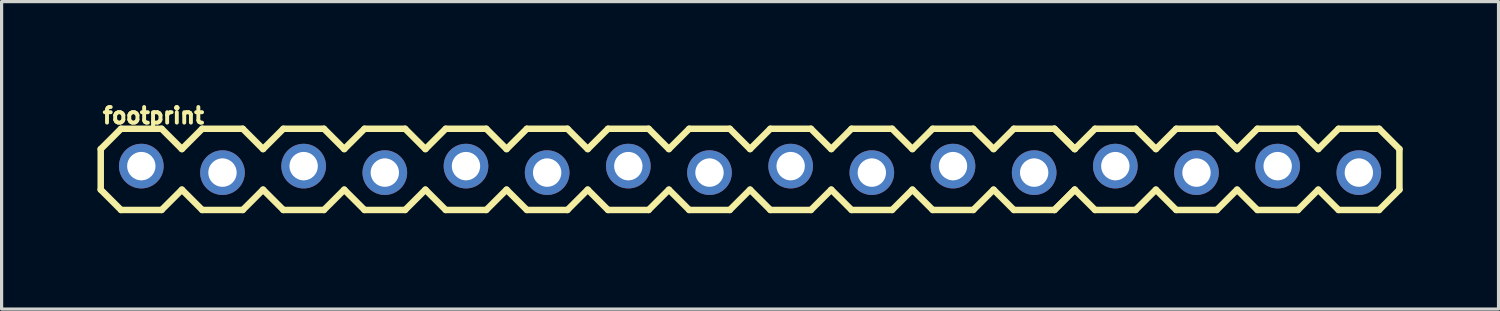
<source format=kicad_pcb>
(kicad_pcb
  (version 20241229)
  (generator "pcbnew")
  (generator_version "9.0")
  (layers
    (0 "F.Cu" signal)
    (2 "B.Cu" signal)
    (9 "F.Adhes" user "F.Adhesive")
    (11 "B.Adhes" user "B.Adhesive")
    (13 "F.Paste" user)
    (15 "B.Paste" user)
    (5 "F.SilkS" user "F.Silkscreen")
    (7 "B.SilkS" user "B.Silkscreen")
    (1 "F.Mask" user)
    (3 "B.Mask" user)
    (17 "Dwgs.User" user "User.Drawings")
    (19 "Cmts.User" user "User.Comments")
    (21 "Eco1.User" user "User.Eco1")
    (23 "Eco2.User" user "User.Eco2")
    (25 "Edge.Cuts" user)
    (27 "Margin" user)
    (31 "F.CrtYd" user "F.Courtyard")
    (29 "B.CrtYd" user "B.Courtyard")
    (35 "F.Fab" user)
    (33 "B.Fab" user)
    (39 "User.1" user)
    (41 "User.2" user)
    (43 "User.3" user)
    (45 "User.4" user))
  (footprint "footprint"
    (layer "F.Cu")
    (at 1.372 2.25)
    (property "Reference" "footprint" (at -1.27 -1.397 0) (layer "F.SilkS") (effects (font (size 0.488 0.488) (thickness 0.122)) (justify left bottom)))
    (fp_line (start -1.27 -0.635) (end -1.27 0.635) (stroke (width 0.203) (type solid)) (layer "F.SilkS"))
    (fp_line (start -1.27 0.635) (end -0.635 1.27) (stroke (width 0.203) (type solid)) (layer "F.SilkS"))
    (fp_line (start -0.635 -1.27) (end -1.27 -0.635) (stroke (width 0.203) (type solid)) (layer "F.SilkS"))
    (fp_line (start -0.635 -1.27) (end 0.635 -1.27) (stroke (width 0.203) (type solid)) (layer "F.SilkS"))
    (fp_line (start 0.635 -1.27) (end 1.27 -0.635) (stroke (width 0.203) (type solid)) (layer "F.SilkS"))
    (fp_line (start 0.635 1.27) (end -0.635 1.27) (stroke (width 0.203) (type solid)) (layer "F.SilkS"))
    (fp_line (start 1.27 -0.635) (end 1.905 -1.27) (stroke (width 0.203) (type solid)) (layer "F.SilkS"))
    (fp_line (start 1.27 0.635) (end 0.635 1.27) (stroke (width 0.203) (type solid)) (layer "F.SilkS"))
    (fp_line (start 1.905 -1.27) (end 3.175 -1.27) (stroke (width 0.203) (type solid)) (layer "F.SilkS"))
    (fp_line (start 1.905 1.27) (end 1.27 0.635) (stroke (width 0.203) (type solid)) (layer "F.SilkS"))
    (fp_line (start 3.175 -1.27) (end 3.81 -0.635) (stroke (width 0.203) (type solid)) (layer "F.SilkS"))
    (fp_line (start 3.175 1.27) (end 1.905 1.27) (stroke (width 0.203) (type solid)) (layer "F.SilkS"))
    (fp_line (start 3.81 -0.635) (end 4.445 -1.27) (stroke (width 0.203) (type solid)) (layer "F.SilkS"))
    (fp_line (start 3.81 0.635) (end 3.175 1.27) (stroke (width 0.203) (type solid)) (layer "F.SilkS"))
    (fp_line (start 4.445 -1.27) (end 5.715 -1.27) (stroke (width 0.203) (type solid)) (layer "F.SilkS"))
    (fp_line (start 4.445 1.27) (end 3.81 0.635) (stroke (width 0.203) (type solid)) (layer "F.SilkS"))
    (fp_line (start 5.715 -1.27) (end 6.35 -0.635) (stroke (width 0.203) (type solid)) (layer "F.SilkS"))
    (fp_line (start 5.715 1.27) (end 4.445 1.27) (stroke (width 0.203) (type solid)) (layer "F.SilkS"))
    (fp_line (start 6.35 0.635) (end 5.715 1.27) (stroke (width 0.203) (type solid)) (layer "F.SilkS"))
    (fp_line (start 6.35 0.635) (end 6.985 1.27) (stroke (width 0.203) (type solid)) (layer "F.SilkS"))
    (fp_line (start 6.985 -1.27) (end 6.35 -0.635) (stroke (width 0.203) (type solid)) (layer "F.SilkS"))
    (fp_line (start 6.985 -1.27) (end 8.255 -1.27) (stroke (width 0.203) (type solid)) (layer "F.SilkS"))
    (fp_line (start 8.255 -1.27) (end 8.89 -0.635) (stroke (width 0.203) (type solid)) (layer "F.SilkS"))
    (fp_line (start 8.255 1.27) (end 6.985 1.27) (stroke (width 0.203) (type solid)) (layer "F.SilkS"))
    (fp_line (start 8.89 -0.635) (end 9.525 -1.27) (stroke (width 0.203) (type solid)) (layer "F.SilkS"))
    (fp_line (start 8.89 0.635) (end 8.255 1.27) (stroke (width 0.203) (type solid)) (layer "F.SilkS"))
    (fp_line (start 9.525 -1.27) (end 10.795 -1.27) (stroke (width 0.203) (type solid)) (layer "F.SilkS"))
    (fp_line (start 9.525 1.27) (end 8.89 0.635) (stroke (width 0.203) (type solid)) (layer "F.SilkS"))
    (fp_line (start 10.795 -1.27) (end 11.43 -0.635) (stroke (width 0.203) (type solid)) (layer "F.SilkS"))
    (fp_line (start 10.795 1.27) (end 9.525 1.27) (stroke (width 0.203) (type solid)) (layer "F.SilkS"))
    (fp_line (start 11.43 -0.635) (end 12.065 -1.27) (stroke (width 0.203) (type solid)) (layer "F.SilkS"))
    (fp_line (start 11.43 0.635) (end 10.795 1.27) (stroke (width 0.203) (type solid)) (layer "F.SilkS"))
    (fp_line (start 12.065 -1.27) (end 13.335 -1.27) (stroke (width 0.203) (type solid)) (layer "F.SilkS"))
    (fp_line (start 12.065 1.27) (end 11.43 0.635) (stroke (width 0.203) (type solid)) (layer "F.SilkS"))
    (fp_line (start 13.335 -1.27) (end 13.97 -0.635) (stroke (width 0.203) (type solid)) (layer "F.SilkS"))
    (fp_line (start 13.335 1.27) (end 12.065 1.27) (stroke (width 0.203) (type solid)) (layer "F.SilkS"))
    (fp_line (start 13.97 0.635) (end 13.335 1.27) (stroke (width 0.203) (type solid)) (layer "F.SilkS"))
    (fp_line (start 13.97 0.635) (end 14.605 1.27) (stroke (width 0.203) (type solid)) (layer "F.SilkS"))
    (fp_line (start 14.605 -1.27) (end 13.97 -0.635) (stroke (width 0.203) (type solid)) (layer "F.SilkS"))
    (fp_line (start 14.605 -1.27) (end 15.875 -1.27) (stroke (width 0.203) (type solid)) (layer "F.SilkS"))
    (fp_line (start 15.875 -1.27) (end 16.51 -0.635) (stroke (width 0.203) (type solid)) (layer "F.SilkS"))
    (fp_line (start 15.875 1.27) (end 14.605 1.27) (stroke (width 0.203) (type solid)) (layer "F.SilkS"))
    (fp_line (start 16.51 -0.635) (end 17.145 -1.27) (stroke (width 0.203) (type solid)) (layer "F.SilkS"))
    (fp_line (start 16.51 0.635) (end 15.875 1.27) (stroke (width 0.203) (type solid)) (layer "F.SilkS"))
    (fp_line (start 17.145 -1.27) (end 18.415 -1.27) (stroke (width 0.203) (type solid)) (layer "F.SilkS"))
    (fp_line (start 17.145 1.27) (end 16.51 0.635) (stroke (width 0.203) (type solid)) (layer "F.SilkS"))
    (fp_line (start 18.415 -1.27) (end 19.05 -0.635) (stroke (width 0.203) (type solid)) (layer "F.SilkS"))
    (fp_line (start 18.415 1.27) (end 17.145 1.27) (stroke (width 0.203) (type solid)) (layer "F.SilkS"))
    (fp_line (start 19.05 -0.635) (end 19.685 -1.27) (stroke (width 0.203) (type solid)) (layer "F.SilkS"))
    (fp_line (start 19.05 0.635) (end 18.415 1.27) (stroke (width 0.203) (type solid)) (layer "F.SilkS"))
    (fp_line (start 19.685 -1.27) (end 20.955 -1.27) (stroke (width 0.203) (type solid)) (layer "F.SilkS"))
    (fp_line (start 19.685 1.27) (end 19.05 0.635) (stroke (width 0.203) (type solid)) (layer "F.SilkS"))
    (fp_line (start 20.955 -1.27) (end 21.59 -0.635) (stroke (width 0.203) (type solid)) (layer "F.SilkS"))
    (fp_line (start 20.955 1.27) (end 19.685 1.27) (stroke (width 0.203) (type solid)) (layer "F.SilkS"))
    (fp_line (start 21.59 0.635) (end 20.955 1.27) (stroke (width 0.203) (type solid)) (layer "F.SilkS"))
    (fp_line (start 21.59 0.635) (end 22.225 1.27) (stroke (width 0.203) (type solid)) (layer "F.SilkS"))
    (fp_line (start 22.225 -1.27) (end 21.59 -0.635) (stroke (width 0.203) (type solid)) (layer "F.SilkS"))
    (fp_line (start 22.225 -1.27) (end 23.495 -1.27) (stroke (width 0.203) (type solid)) (layer "F.SilkS"))
    (fp_line (start 23.495 -1.27) (end 24.13 -0.635) (stroke (width 0.203) (type solid)) (layer "F.SilkS"))
    (fp_line (start 23.495 1.27) (end 22.225 1.27) (stroke (width 0.203) (type solid)) (layer "F.SilkS"))
    (fp_line (start 24.13 -0.635) (end 24.765 -1.27) (stroke (width 0.203) (type solid)) (layer "F.SilkS"))
    (fp_line (start 24.13 0.635) (end 23.495 1.27) (stroke (width 0.203) (type solid)) (layer "F.SilkS"))
    (fp_line (start 24.765 -1.27) (end 26.035 -1.27) (stroke (width 0.203) (type solid)) (layer "F.SilkS"))
    (fp_line (start 24.765 1.27) (end 24.13 0.635) (stroke (width 0.203) (type solid)) (layer "F.SilkS"))
    (fp_line (start 26.035 -1.27) (end 26.67 -0.635) (stroke (width 0.203) (type solid)) (layer "F.SilkS"))
    (fp_line (start 26.035 1.27) (end 24.765 1.27) (stroke (width 0.203) (type solid)) (layer "F.SilkS"))
    (fp_line (start 26.67 -0.635) (end 27.305 -1.27) (stroke (width 0.203) (type solid)) (layer "F.SilkS"))
    (fp_line (start 26.67 0.635) (end 26.035 1.27) (stroke (width 0.203) (type solid)) (layer "F.SilkS"))
    (fp_line (start 27.305 -1.27) (end 28.575 -1.27) (stroke (width 0.203) (type solid)) (layer "F.SilkS"))
    (fp_line (start 27.305 1.27) (end 26.67 0.635) (stroke (width 0.203) (type solid)) (layer "F.SilkS"))
    (fp_line (start 28.575 -1.27) (end 29.21 -0.635) (stroke (width 0.203) (type solid)) (layer "F.SilkS"))
    (fp_line (start 28.575 -1.27) (end 29.21 -0.635) (stroke (width 0.203) (type solid)) (layer "F.SilkS"))
    (fp_line (start 28.575 1.27) (end 27.305 1.27) (stroke (width 0.203) (type solid)) (layer "F.SilkS"))
    (fp_line (start 29.21 -0.635) (end 29.845 -1.27) (stroke (width 0.203) (type solid)) (layer "F.SilkS"))
    (fp_line (start 29.21 0.635) (end 28.575 1.27) (stroke (width 0.203) (type solid)) (layer "F.SilkS"))
    (fp_line (start 29.21 0.635) (end 28.575 1.27) (stroke (width 0.203) (type solid)) (layer "F.SilkS"))
    (fp_line (start 29.845 -1.27) (end 31.115 -1.27) (stroke (width 0.203) (type solid)) (layer "F.SilkS"))
    (fp_line (start 29.845 1.27) (end 29.21 0.635) (stroke (width 0.203) (type solid)) (layer "F.SilkS"))
    (fp_line (start 31.115 -1.27) (end 31.75 -0.635) (stroke (width 0.203) (type solid)) (layer "F.SilkS"))
    (fp_line (start 31.115 1.27) (end 29.845 1.27) (stroke (width 0.203) (type solid)) (layer "F.SilkS"))
    (fp_line (start 31.75 0.635) (end 31.115 1.27) (stroke (width 0.203) (type solid)) (layer "F.SilkS"))
    (fp_line (start 31.75 0.635) (end 32.385 1.27) (stroke (width 0.203) (type solid)) (layer "F.SilkS"))
    (fp_line (start 32.385 -1.27) (end 31.75 -0.635) (stroke (width 0.203) (type solid)) (layer "F.SilkS"))
    (fp_line (start 32.385 -1.27) (end 33.655 -1.27) (stroke (width 0.203) (type solid)) (layer "F.SilkS"))
    (fp_line (start 33.655 -1.27) (end 34.29 -0.635) (stroke (width 0.203) (type solid)) (layer "F.SilkS"))
    (fp_line (start 33.655 1.27) (end 32.385 1.27) (stroke (width 0.203) (type solid)) (layer "F.SilkS"))
    (fp_line (start 34.29 -0.635) (end 34.925 -1.27) (stroke (width 0.203) (type solid)) (layer "F.SilkS"))
    (fp_line (start 34.29 0.635) (end 33.655 1.27) (stroke (width 0.203) (type solid)) (layer "F.SilkS"))
    (fp_line (start 34.925 -1.27) (end 36.195 -1.27) (stroke (width 0.203) (type solid)) (layer "F.SilkS"))
    (fp_line (start 34.925 1.27) (end 34.29 0.635) (stroke (width 0.203) (type solid)) (layer "F.SilkS"))
    (fp_line (start 36.195 -1.27) (end 36.83 -0.635) (stroke (width 0.203) (type solid)) (layer "F.SilkS"))
    (fp_line (start 36.195 1.27) (end 34.925 1.27) (stroke (width 0.203) (type solid)) (layer "F.SilkS"))
    (fp_line (start 36.83 -0.635) (end 37.465 -1.27) (stroke (width 0.203) (type solid)) (layer "F.SilkS"))
    (fp_line (start 36.83 0.635) (end 36.195 1.27) (stroke (width 0.203) (type solid)) (layer "F.SilkS"))
    (fp_line (start 37.465 -1.27) (end 38.735 -1.27) (stroke (width 0.203) (type solid)) (layer "F.SilkS"))
    (fp_line (start 37.465 1.27) (end 36.83 0.635) (stroke (width 0.203) (type solid)) (layer "F.SilkS"))
    (fp_line (start 38.735 -1.27) (end 39.37 -0.635) (stroke (width 0.203) (type solid)) (layer "F.SilkS"))
    (fp_line (start 38.735 1.27) (end 37.465 1.27) (stroke (width 0.203) (type solid)) (layer "F.SilkS"))
    (fp_line (start 39.37 -0.635) (end 39.37 0.635) (stroke (width 0.203) (type solid)) (layer "F.SilkS"))
    (fp_line (start 39.37 0.635) (end 38.735 1.27) (stroke (width 0.203) (type solid)) (layer "F.SilkS"))
    (fp_circle (center 0 0) (end 0.33 0) (stroke (width 0.025) (type solid)) (fill no) (layer "F.Fab"))
    (fp_circle (center 2.54 0) (end 2.87 0) (stroke (width 0.025) (type solid)) (fill no) (layer "F.Fab"))
    (fp_circle (center 5.08 0) (end 5.41 0) (stroke (width 0.025) (type solid)) (fill no) (layer "F.Fab"))
    (fp_circle (center 7.62 0) (end 7.95 0) (stroke (width 0.025) (type solid)) (fill no) (layer "F.Fab"))
    (fp_circle (center 10.16 0) (end 10.49 0) (stroke (width 0.025) (type solid)) (fill no) (layer "F.Fab"))
    (fp_circle (center 12.7 0) (end 13.03 0) (stroke (width 0.025) (type solid)) (fill no) (layer "F.Fab"))
    (fp_circle (center 15.24 0) (end 15.57 0) (stroke (width 0.025) (type solid)) (fill no) (layer "F.Fab"))
    (fp_circle (center 17.78 0) (end 18.11 0) (stroke (width 0.025) (type solid)) (fill no) (layer "F.Fab"))
    (fp_circle (center 20.32 0) (end 20.65 0) (stroke (width 0.025) (type solid)) (fill no) (layer "F.Fab"))
    (fp_circle (center 22.86 0) (end 23.19 0) (stroke (width 0.025) (type solid)) (fill no) (layer "F.Fab"))
    (fp_circle (center 25.4 0) (end 25.73 0) (stroke (width 0.025) (type solid)) (fill no) (layer "F.Fab"))
    (fp_circle (center 27.94 0) (end 28.27 0) (stroke (width 0.025) (type solid)) (fill no) (layer "F.Fab"))
    (fp_circle (center 30.48 0) (end 30.81 0) (stroke (width 0.025) (type solid)) (fill no) (layer "F.Fab"))
    (fp_circle (center 33.02 0) (end 33.35 0) (stroke (width 0.025) (type solid)) (fill no) (layer "F.Fab"))
    (fp_circle (center 35.56 0) (end 35.89 0) (stroke (width 0.025) (type solid)) (fill no) (layer "F.Fab"))
    (fp_circle (center 38.1 0) (end 38.43 0) (stroke (width 0.025) (type solid)) (fill no) (layer "F.Fab"))
    (pad "1" thru_hole circle (at 0 -0.102 90) (size 1.397 1.397) (drill 0.889) (layers "*.Cu" "*.Mask"))
    (pad "2" thru_hole circle (at 2.54 0.102 90) (size 1.397 1.397) (drill 0.889) (layers "*.Cu" "*.Mask"))
    (pad "3" thru_hole circle (at 5.08 -0.102 90) (size 1.397 1.397) (drill 0.889) (layers "*.Cu" "*.Mask"))
    (pad "4" thru_hole circle (at 7.62 0.102 90) (size 1.397 1.397) (drill 0.889) (layers "*.Cu" "*.Mask"))
    (pad "5" thru_hole circle (at 10.16 -0.102 90) (size 1.397 1.397) (drill 0.889) (layers "*.Cu" "*.Mask"))
    (pad "6" thru_hole circle (at 12.7 0.102 90) (size 1.397 1.397) (drill 0.889) (layers "*.Cu" "*.Mask"))
    (pad "7" thru_hole circle (at 15.24 -0.102 90) (size 1.397 1.397) (drill 0.889) (layers "*.Cu" "*.Mask"))
    (pad "8" thru_hole circle (at 17.78 0.102 90) (size 1.397 1.397) (drill 0.889) (layers "*.Cu" "*.Mask"))
    (pad "9" thru_hole circle (at 20.32 -0.102 90) (size 1.397 1.397) (drill 0.889) (layers "*.Cu" "*.Mask"))
    (pad "10" thru_hole circle (at 22.86 0.102 90) (size 1.397 1.397) (drill 0.889) (layers "*.Cu" "*.Mask"))
    (pad "11" thru_hole circle (at 25.4 -0.102 90) (size 1.397 1.397) (drill 0.889) (layers "*.Cu" "*.Mask"))
    (pad "12" thru_hole circle (at 27.94 0.102 90) (size 1.397 1.397) (drill 0.889) (layers "*.Cu" "*.Mask"))
    (pad "13" thru_hole circle (at 30.48 -0.102 90) (size 1.397 1.397) (drill 0.889) (layers "*.Cu" "*.Mask"))
    (pad "14" thru_hole circle (at 33.02 0.102 90) (size 1.397 1.397) (drill 0.889) (layers "*.Cu" "*.Mask"))
    (pad "15" thru_hole circle (at 35.56 -0.102 90) (size 1.397 1.397) (drill 0.889) (layers "*.Cu" "*.Mask"))
    (pad "16" thru_hole circle (at 38.1 0.102 90) (size 1.397 1.397) (drill 0.889) (layers "*.Cu" "*.Mask")))
  (gr_rect
    (start -3 -3)
    (end 43.843 6.622)
    (stroke (width 0.1) (type default))
    (fill no)
    (layer "Edge.Cuts")))
</source>
